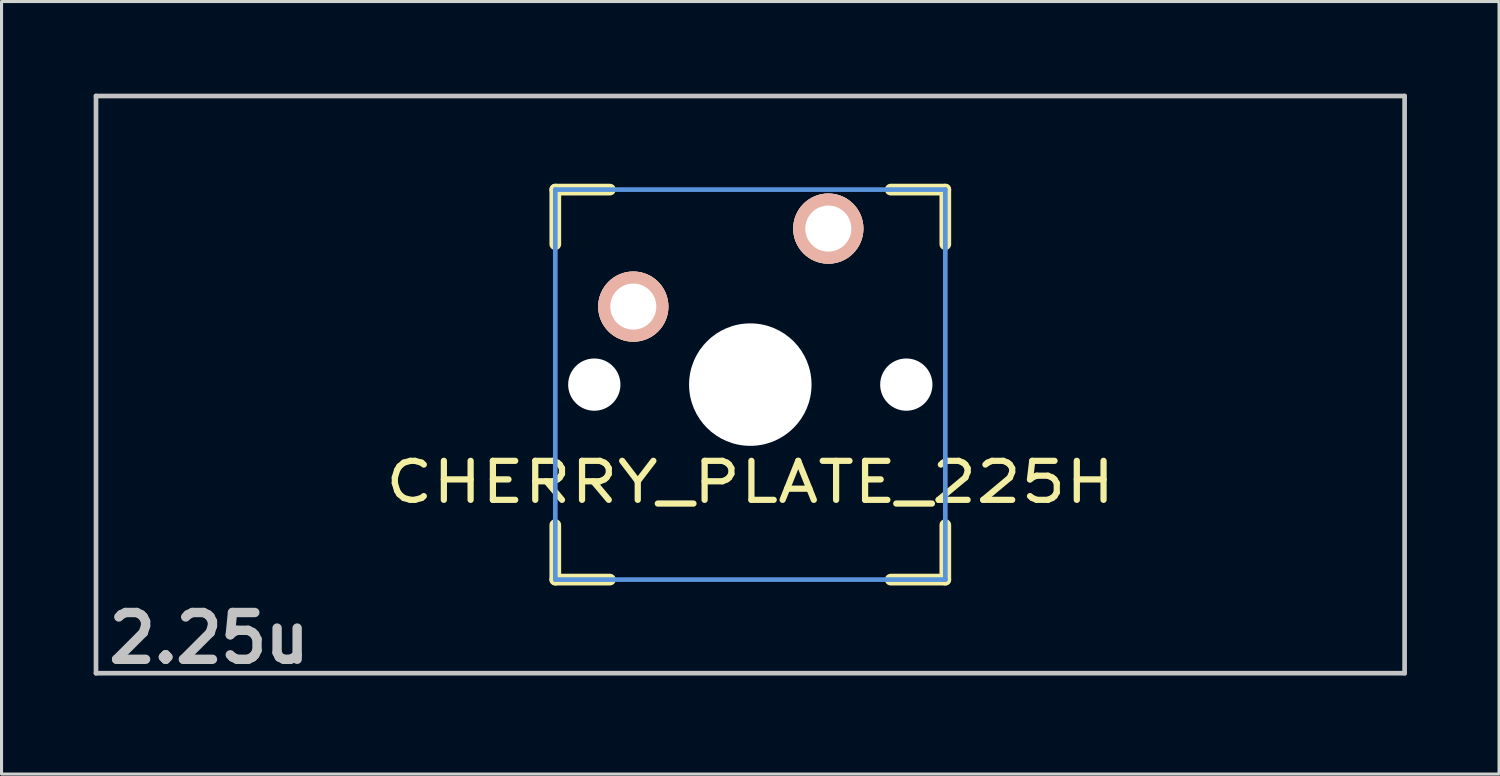
<source format=kicad_pcb>
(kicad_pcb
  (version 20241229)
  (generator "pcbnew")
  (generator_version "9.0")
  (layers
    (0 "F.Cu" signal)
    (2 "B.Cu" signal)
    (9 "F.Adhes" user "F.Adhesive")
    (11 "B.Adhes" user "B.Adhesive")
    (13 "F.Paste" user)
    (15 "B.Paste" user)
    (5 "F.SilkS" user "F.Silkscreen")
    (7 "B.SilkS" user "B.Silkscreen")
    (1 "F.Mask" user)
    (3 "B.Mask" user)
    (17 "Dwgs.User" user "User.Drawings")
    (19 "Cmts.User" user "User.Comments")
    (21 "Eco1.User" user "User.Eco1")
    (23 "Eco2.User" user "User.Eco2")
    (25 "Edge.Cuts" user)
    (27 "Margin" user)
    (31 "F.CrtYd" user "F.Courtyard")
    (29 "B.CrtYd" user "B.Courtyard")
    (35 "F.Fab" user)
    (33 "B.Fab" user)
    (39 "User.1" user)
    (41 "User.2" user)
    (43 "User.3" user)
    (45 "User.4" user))
  (footprint "CHERRY_PLATE_225H"
    (layer "F.Cu")
    (at 21.382 9.474)
    (property "Reference" "CHERRY_PLATE_225H" (at 0 3.175 0) (layer "F.SilkS") (effects (font (size 1.27 1.524) (thickness 0.203))))
    (attr through_hole)
    (fp_line (start -6.35 -6.35) (end -4.572 -6.35) (stroke (width 0.381) (type solid)) (layer "F.SilkS"))
    (fp_line (start -6.35 -4.572) (end -6.35 -6.35) (stroke (width 0.381) (type solid)) (layer "F.SilkS"))
    (fp_line (start -6.35 6.35) (end -6.35 4.572) (stroke (width 0.381) (type solid)) (layer "F.SilkS"))
    (fp_line (start -4.572 6.35) (end -6.35 6.35) (stroke (width 0.381) (type solid)) (layer "F.SilkS"))
    (fp_line (start 4.572 -6.35) (end 6.35 -6.35) (stroke (width 0.381) (type solid)) (layer "F.SilkS"))
    (fp_line (start 6.35 -6.35) (end 6.35 -4.572) (stroke (width 0.381) (type solid)) (layer "F.SilkS"))
    (fp_line (start 6.35 4.572) (end 6.35 6.35) (stroke (width 0.381) (type solid)) (layer "F.SilkS"))
    (fp_line (start 6.35 6.35) (end 4.572 6.35) (stroke (width 0.381) (type solid)) (layer "F.SilkS"))
    (fp_line (start -21.306 -9.398) (end 21.306 -9.398) (stroke (width 0.152) (type solid)) (layer "Dwgs.User"))
    (fp_line (start -21.306 9.398) (end -21.306 -9.398) (stroke (width 0.152) (type solid)) (layer "Dwgs.User"))
    (fp_line (start 21.306 -9.398) (end 21.306 9.398) (stroke (width 0.152) (type solid)) (layer "Dwgs.User"))
    (fp_line (start 21.306 9.398) (end -21.306 9.398) (stroke (width 0.152) (type solid)) (layer "Dwgs.User"))
    (fp_line (start -6.35 -6.35) (end 6.35 -6.35) (stroke (width 0.152) (type solid)) (layer "Cmts.User"))
    (fp_line (start -6.35 6.35) (end -6.35 -6.35) (stroke (width 0.152) (type solid)) (layer "Cmts.User"))
    (fp_line (start 6.35 -6.35) (end 6.35 6.35) (stroke (width 0.152) (type solid)) (layer "Cmts.User"))
    (fp_line (start 6.35 6.35) (end -6.35 6.35) (stroke (width 0.152) (type solid)) (layer "Cmts.User"))
    (fp_text user "2.25u" (at -17.623 8.255 0) (layer "Dwgs.User") (effects (font (size 1.524 1.524) (thickness 0.305))))
    (pad "" np_thru_hole circle (at -5.08 0) (size 1.702 1.702) (drill 1.702) (layers "*.Cu"))
    (pad "" np_thru_hole circle (at 0 0) (size 3.988 3.988) (drill 3.988) (layers "*.Cu"))
    (pad "" np_thru_hole circle (at 5.08 0) (size 1.702 1.702) (drill 1.702) (layers "*.Cu"))
    (pad "1" thru_hole circle (at 2.54 -5.08) (size 2.286 2.286) (drill 1.499) (layers "*.Cu" "*.SilkS" "*.Mask"))
    (pad "2" thru_hole circle (at -3.81 -2.54) (size 2.286 2.286) (drill 1.499) (layers "*.Cu" "*.SilkS" "*.Mask")))
  (gr_rect
    (start -3 -3)
    (end 45.763 22.156)
    (stroke (width 0.1) (type default))
    (fill no)
    (layer "Edge.Cuts")))
</source>
